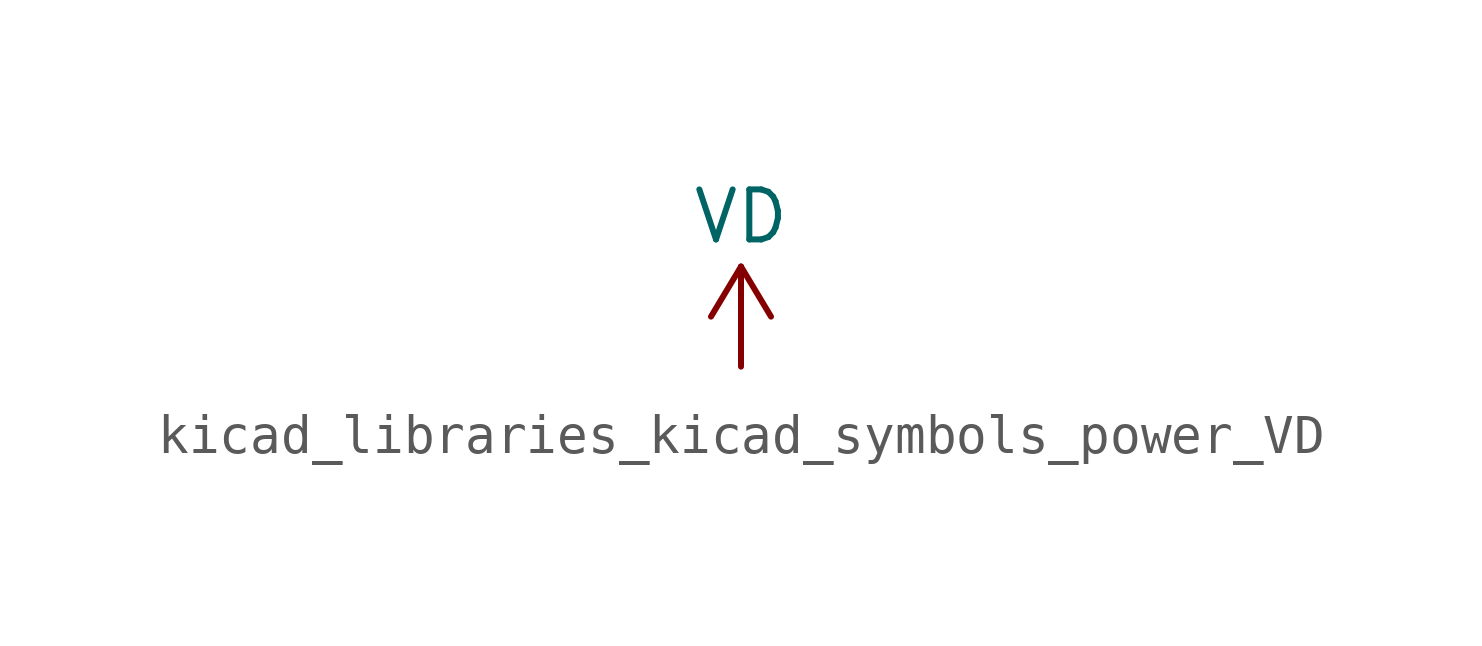
<source format=kicad_sym>
(kicad_symbol_lib
  (version 20220914)
  (generator kicad_symbol_editor)
  (symbol "kicad_libraries_kicad_symbols_power_VD"
    (power)
    (pin_names
      (offset 0))
    (property "Reference" "#PWR"
      (at 0 -3.81 0)
      (effects (font (size 1.27 1.27)) hide))
    (property "Value" "VD"
      (at 0 3.81 0)
      (effects (font (size 1.27 1.27))))
    (symbol "kicad_libraries_kicad_symbols_power_VD_0_1"
      (polyline (pts (xy -0.762 1.27) (xy 0 2.54)) (stroke (width 0) (type default)) (fill (type none)))
      (polyline (pts (xy 0 0) (xy 0 2.54)) (stroke (width 0) (type default)) (fill (type none)))
      (polyline (pts (xy 0 2.54) (xy 0.762 1.27)) (stroke (width 0) (type default)) (fill (type none))))
    (symbol "kicad_libraries_kicad_symbols_power_VD_1_1"
      (pin power_in line (at 0 0 90) (length 0) hide (name "VD" (effects (font (size 1.27 1.27)))) (number "1" (effects (font (size 1.27 1.27))))))))
</source>
